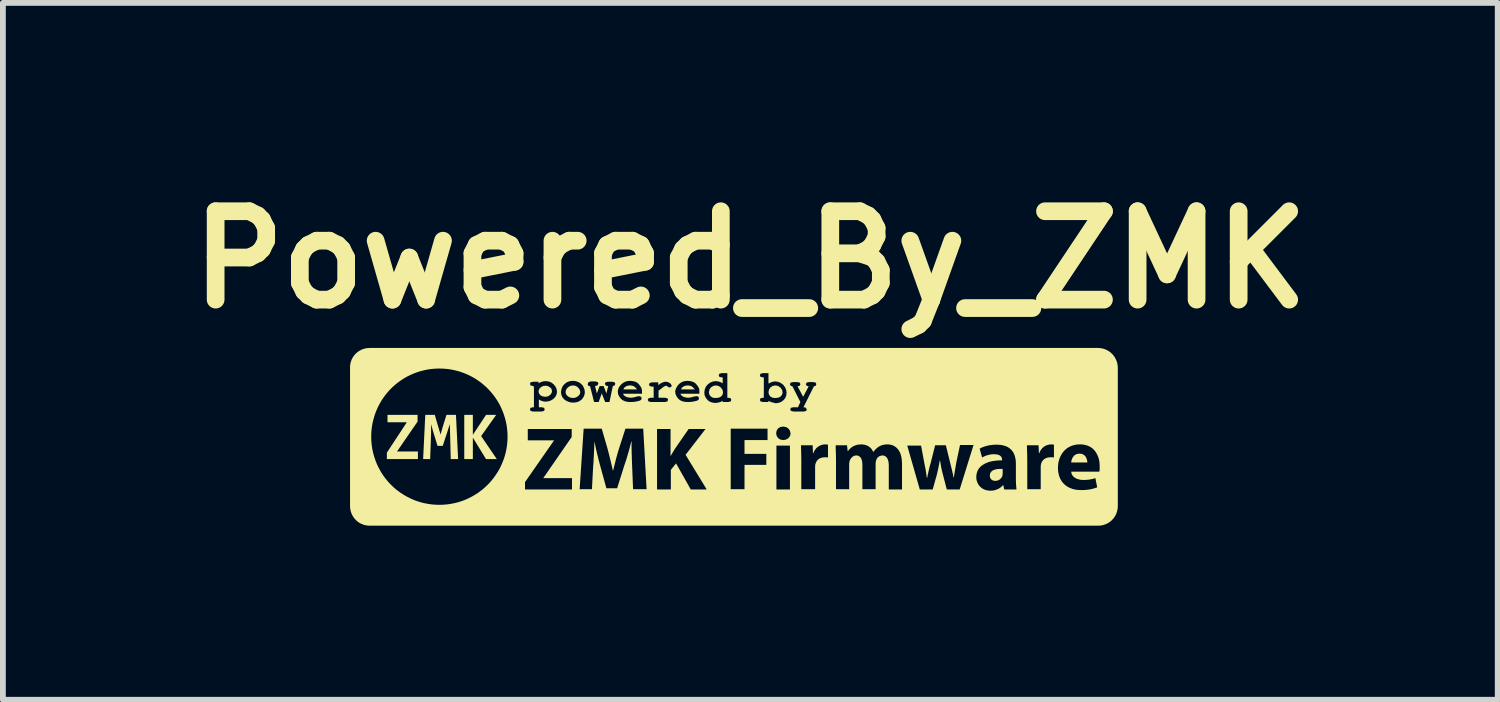
<source format=kicad_pcb>
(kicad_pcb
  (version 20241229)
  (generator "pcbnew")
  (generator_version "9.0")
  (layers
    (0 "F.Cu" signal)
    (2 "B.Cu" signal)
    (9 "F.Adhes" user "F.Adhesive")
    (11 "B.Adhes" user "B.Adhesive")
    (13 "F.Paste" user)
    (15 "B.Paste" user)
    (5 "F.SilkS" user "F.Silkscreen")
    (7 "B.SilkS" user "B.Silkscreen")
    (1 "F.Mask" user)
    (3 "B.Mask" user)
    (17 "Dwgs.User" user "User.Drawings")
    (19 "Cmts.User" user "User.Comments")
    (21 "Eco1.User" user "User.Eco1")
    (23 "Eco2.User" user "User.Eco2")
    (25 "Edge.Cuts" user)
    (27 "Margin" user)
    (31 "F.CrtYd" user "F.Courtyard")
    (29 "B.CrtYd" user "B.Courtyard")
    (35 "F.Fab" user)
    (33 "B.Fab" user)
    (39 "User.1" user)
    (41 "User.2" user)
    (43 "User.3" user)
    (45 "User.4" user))
  (footprint "Powered_By_ZMK"
    (layer "F.Cu")
    (at 9.884 4.474)
    (property "Reference" "Powered_By_ZMK" (at 0 -3.048 0) (layer "F.SilkS") (effects (font (size 1.524 1.524) (thickness 0.305))))
    (attr exclude_from_pos_files exclude_from_bom)
    (fp_poly (pts (xy -2.005 -0.864) (xy -2.037 -0.876) (xy -2.074 -0.88) (xy -2.11 -0.876) (xy -2.143 -0.864) (xy -2.17 -0.844) (xy -2.19 -0.811) (xy -1.952 -0.811) (xy -1.977 -0.84) (xy -2.005 -0.864)) (stroke (width 0) (type solid)) (fill yes) (layer "F.SilkS"))
    (fp_poly (pts (xy -1.01 -0.864) (xy -1.043 -0.876) (xy -1.079 -0.88) (xy -1.115 -0.876) (xy -1.148 -0.864) (xy -1.176 -0.844) (xy -1.195 -0.811) (xy -0.957 -0.811) (xy -0.982 -0.84) (xy -1.01 -0.864)) (stroke (width 0) (type solid)) (fill yes) (layer "F.SilkS"))
    (fp_poly (pts (xy -5.921 -0.245) (xy -6.265 0.279) (xy -6.265 0.39) (xy -5.73 0.39) (xy -5.73 0.258) (xy -6.09 0.258) (xy -5.736 -0.256) (xy -5.736 -0.372) (xy -6.254 -0.372) (xy -6.254 -0.245) (xy -5.921 -0.245)) (stroke (width 0) (type solid)) (fill yes) (layer "F.SilkS"))
    (fp_poly (pts (xy -4.931 0.39) (xy -4.783 0.39) (xy -4.783 0.02) (xy -4.556 0.39) (xy -4.37 0.39) (xy -4.64 -0.007) (xy -4.381 -0.372) (xy -4.556 -0.372) (xy -4.783 -0.028) (xy -4.783 -0.372) (xy -4.931 -0.372) (xy -4.931 0.39)) (stroke (width 0) (type solid)) (fill yes) (layer "F.SilkS"))
    (fp_poly (pts (xy 5.673 0.295) (xy 5.62 0.305) (xy 5.581 0.33) (xy 5.554 0.367) (xy 5.538 0.408) (xy 5.53 0.448) (xy 5.811 0.448) (xy 5.806 0.417) (xy 5.797 0.383) (xy 5.782 0.35) (xy 5.757 0.322) (xy 5.722 0.302) (xy 5.673 0.295)) (stroke (width 0) (type solid)) (fill yes) (layer "F.SilkS"))
    (fp_poly (pts (xy -0.592 -0.88) (xy -0.638 -0.872) (xy -0.677 -0.848) (xy -0.703 -0.812) (xy -0.714 -0.764) (xy -0.706 -0.723) (xy -0.682 -0.69) (xy -0.645 -0.668) (xy -0.592 -0.663) (xy -0.541 -0.67) (xy -0.502 -0.69) (xy -0.478 -0.722) (xy -0.47 -0.758) (xy -0.479 -0.803) (xy -0.507 -0.843) (xy -0.548 -0.871) (xy -0.592 -0.88)) (stroke (width 0) (type solid)) (fill yes) (layer "F.SilkS"))
    (fp_poly (pts (xy 0.434 -0.88) (xy 0.388 -0.872) (xy 0.35 -0.848) (xy 0.323 -0.812) (xy 0.313 -0.764) (xy 0.321 -0.723) (xy 0.344 -0.69) (xy 0.382 -0.668) (xy 0.434 -0.663) (xy 0.487 -0.67) (xy 0.524 -0.69) (xy 0.548 -0.722) (xy 0.556 -0.758) (xy 0.548 -0.803) (xy 0.519 -0.843) (xy 0.479 -0.871) (xy 0.434 -0.88)) (stroke (width 0) (type solid)) (fill yes) (layer "F.SilkS"))
    (fp_poly (pts (xy -3.058 -0.88) (xy -3.107 -0.871) (xy -3.148 -0.843) (xy -3.176 -0.807) (xy -3.185 -0.764) (xy -3.176 -0.727) (xy -3.148 -0.695) (xy -3.107 -0.671) (xy -3.058 -0.663) (xy -3.009 -0.671) (xy -2.968 -0.695) (xy -2.94 -0.727) (xy -2.931 -0.764) (xy -2.938 -0.8) (xy -2.958 -0.832) (xy -2.986 -0.859) (xy -3.019 -0.875) (xy -3.058 -0.88)) (stroke (width 0) (type solid)) (fill yes) (layer "F.SilkS"))
    (fp_poly (pts (xy 4.128 0.676) (xy 4.135 0.714) (xy 4.156 0.743) (xy 4.186 0.76) (xy 4.223 0.766) (xy 4.265 0.759) (xy 4.3 0.741) (xy 4.327 0.714) (xy 4.345 0.681) (xy 4.35 0.639) (xy 4.35 0.559) (xy 4.298 0.559) (xy 4.251 0.563) (xy 4.209 0.573) (xy 4.176 0.588) (xy 4.15 0.61) (xy 4.134 0.639) (xy 4.128 0.676)) (stroke (width 0) (type solid)) (fill yes) (layer "F.SilkS"))
    (fp_poly (pts (xy -3.534 -0.684) (xy -3.488 -0.692) (xy -3.45 -0.716) (xy -3.426 -0.748) (xy -3.418 -0.779) (xy -3.428 -0.822) (xy -3.448 -0.842) (xy -3.471 -0.859) (xy -3.499 -0.871) (xy -3.534 -0.875) (xy -3.57 -0.87) (xy -3.601 -0.855) (xy -3.63 -0.832) (xy -3.646 -0.801) (xy -3.651 -0.774) (xy -3.643 -0.742) (xy -3.619 -0.711) (xy -3.583 -0.692) (xy -3.534 -0.684)) (stroke (width 0) (type solid)) (fill yes) (layer "F.SilkS"))
    (fp_poly (pts (xy -5.439 -0.372) (xy -5.603 -0.372) (xy -5.64 0.39) (xy -5.519 0.39) (xy -5.503 -0.044) (xy -5.503 -0.213) (xy -5.471 -0.097) (xy -5.392 0.162) (xy -5.302 0.162) (xy -5.217 -0.097) (xy -5.18 -0.213) (xy -5.175 -0.044) (xy -5.164 0.39) (xy -5.037 0.39) (xy -5.074 -0.372) (xy -5.238 -0.372) (xy -5.307 -0.15) (xy -5.339 -0.033) (xy -5.376 -0.155) (xy -5.439 -0.372)) (stroke (width 0) (type solid)) (fill yes) (layer "F.SilkS"))
    (fp_poly (pts (xy 5.991 -1.526) (xy 6.007 0.385) (xy 6.016 0.427) (xy 6.021 0.469) (xy 6.022 0.512) (xy 6.022 0.569) (xy 6.017 0.607) (xy 5.53 0.607) (xy 5.54 0.651) (xy 5.564 0.686) (xy 5.598 0.714) (xy 5.641 0.734) (xy 5.69 0.746) (xy 5.742 0.75) (xy 5.799 0.748) (xy 5.851 0.742) (xy 5.901 0.732) (xy 5.948 0.718) (xy 5.98 0.877) (xy 5.94 0.891) (xy 5.897 0.903) (xy 5.852 0.913) (xy 5.806 0.919) (xy 5.757 0.923) (xy 5.705 0.924) (xy 5.652 0.922) (xy 5.603 0.916) (xy 5.557 0.905) (xy 5.514 0.889) (xy 5.475 0.87) (xy 5.44 0.847) (xy 5.409 0.821) (xy 5.381 0.79) (xy 5.358 0.756) (xy 5.338 0.719) (xy 5.323 0.678) (xy 5.312 0.635) (xy 5.305 0.588) (xy 5.303 0.538) (xy 5.305 0.497) (xy 5.234 0.363) (xy 5.206 0.359) (xy 5.17 0.358) (xy 5.123 0.364) (xy 5.083 0.379) (xy 5.05 0.404) (xy 5.026 0.436) (xy 5.012 0.475) (xy 5.007 0.499) (xy 5.006 0.528) (xy 5.006 0.909) (xy 4.774 0.909) (xy 4.774 0.401) (xy 4.773 0.338) (xy 4.772 0.283) (xy 4.77 0.235) (xy 4.769 0.191) (xy 4.768 0.152) (xy 4.969 0.152) (xy 4.975 0.289) (xy 4.98 0.289) (xy 5.003 0.239) (xy 5.034 0.2) (xy 5.069 0.171) (xy 5.108 0.151) (xy 5.148 0.14) (xy 5.186 0.136) (xy 5.234 0.141) (xy 5.234 0.363) (xy 5.305 0.497) (xy 5.31 0.456) (xy 5.319 0.415) (xy 5.332 0.375) (xy 5.349 0.337) (xy 5.369 0.3) (xy 5.394 0.266) (xy 5.423 0.234) (xy 5.456 0.206) (xy 5.493 0.182) (xy 5.534 0.163) (xy 5.579 0.148) (xy 5.629 0.139) (xy 5.684 0.136) (xy 5.737 0.139) (xy 5.786 0.149) (xy 5.829 0.164) (xy 5.868 0.184) (xy 5.902 0.209) (xy 5.931 0.238) (xy 5.956 0.271) (xy 5.977 0.307) (xy 5.994 0.345) (xy 6.007 0.385) (xy 5.991 -1.526) (xy -6.561 -1.526) (xy -2.788 -0.938) (xy -2.746 -0.949) (xy -2.672 -0.949) (xy -2.629 -0.938) (xy -2.619 -0.912) (xy -2.635 -0.88) (xy -2.677 -0.869) (xy -2.645 -0.742) (xy -2.598 -0.869) (xy -2.529 -0.869) (xy -2.481 -0.742) (xy -2.45 -0.869) (xy -2.487 -0.875) (xy -2.508 -0.906) (xy -2.497 -0.933) (xy -2.455 -0.944) (xy -2.381 -0.944) (xy -2.338 -0.933) (xy -2.328 -0.906) (xy -2.338 -0.88) (xy -2.37 -0.869) (xy -2.428 -0.594) (xy -2.502 -0.594) (xy -2.561 -0.742) (xy -2.614 -0.594) (xy -2.693 -0.594) (xy -2.762 -0.864) (xy -2.793 -0.875) (xy -2.804 -0.901) (xy -2.788 -0.938) (xy -6.561 -1.526) (xy -6.608 -1.523) (xy -3.746 -0.869) (xy -3.788 -0.88) (xy -3.799 -0.906) (xy -3.788 -0.933) (xy -3.746 -0.944) (xy -3.651 -0.944) (xy -3.651 -0.917) (xy -3.622 -0.932) (xy -3.592 -0.944) (xy -3.561 -0.951) (xy -3.529 -0.954) (xy -3.478 -0.949) (xy -3.432 -0.931) (xy -3.391 -0.901) (xy -3.36 -0.862) (xy -3.34 -0.82) (xy -3.333 -0.774) (xy -3.337 -0.736) (xy -3.35 -0.702) (xy -3.371 -0.671) (xy -3.402 -0.642) (xy -3.441 -0.619) (xy -3.483 -0.605) (xy -3.529 -0.6) (xy -3.56 -0.603) (xy -3.587 -0.61) (xy -3.616 -0.621) (xy -3.645 -0.637) (xy -3.645 -0.504) (xy -3.598 -0.504) (xy -3.555 -0.494) (xy -3.545 -0.467) (xy -3.555 -0.441) (xy -3.598 -0.43) (xy -3.746 -0.43) (xy -3.788 -0.441) (xy -3.799 -0.467) (xy -3.788 -0.494) (xy -3.746 -0.504) (xy -3.73 -0.504) (xy -3.73 -0.864) (xy -3.746 -0.864) (xy -3.746 -0.869) (xy -6.608 -1.523) (xy -6.652 -1.514) (xy -6.298 -0.706) (xy -6.269 -0.742) (xy -6.239 -0.777) (xy -6.208 -0.811) (xy -6.175 -0.844) (xy -6.141 -0.875) (xy -6.106 -0.905) (xy -6.069 -0.934) (xy -6.032 -0.961) (xy -5.993 -0.987) (xy -5.954 -1.011) (xy -5.913 -1.034) (xy -5.871 -1.055) (xy -5.829 -1.074) (xy -5.785 -1.092) (xy -5.741 -1.108) (xy -5.696 -1.123) (xy -5.65 -1.135) (xy -5.603 -1.146) (xy -5.556 -1.155) (xy -5.508 -1.162) (xy -5.459 -1.167) (xy -5.41 -1.17) (xy -5.36 -1.171) (xy -5.31 -1.17) (xy -5.261 -1.167) (xy -5.212 -1.162) (xy -5.164 -1.155) (xy -5.117 -1.146) (xy -5.07 -1.135) (xy -5.024 -1.123) (xy -4.979 -1.108) (xy -4.934 -1.092) (xy -4.891 -1.074) (xy -4.848 -1.055) (xy -4.807 -1.034) (xy -4.766 -1.011) (xy -4.726 -0.987) (xy -4.688 -0.961) (xy -4.65 -0.934) (xy -4.614 -0.905) (xy -4.579 -0.875) (xy -4.545 -0.844) (xy -4.512 -0.811) (xy -4.481 -0.777) (xy -4.451 -0.742) (xy -4.422 -0.706) (xy -4.395 -0.668) (xy -4.369 -0.63) (xy -4.345 -0.59) (xy -4.322 -0.55) (xy -4.301 -0.508) (xy -4.282 -0.465) (xy -4.264 -0.422) (xy -4.248 -0.377) (xy -4.234 -0.332) (xy -4.221 -0.286) (xy -4.21 -0.24) (xy -4.201 -0.192) (xy -4.194 -0.144) (xy -4.189 -0.095) (xy -4.186 -0.046) (xy -4.185 0.004) (xy -4.186 0.053) (xy -4.189 0.103) (xy -4.194 0.151) (xy -4.201 0.2) (xy -4.21 0.247) (xy -4.221 0.294) (xy -4.234 0.34) (xy -4.248 0.385) (xy -4.265 0.429) (xy -4.283 0.473) (xy -4.302 0.515) (xy -4.323 0.557) (xy -4.346 0.598) (xy -4.371 0.637) (xy -4.397 0.676) (xy -4.424 0.713) (xy -4.453 0.75) (xy -4.483 0.785) (xy -4.514 0.819) (xy -4.547 0.851) (xy -4.581 0.883) (xy -4.616 0.913) (xy -4.653 0.941) (xy -4.69 0.969) (xy -4.729 0.994) (xy -4.768 1.018) (xy -4.809 1.041) (xy -4.851 1.062) (xy -4.893 1.082) (xy -4.937 1.1) (xy -4.981 1.116) (xy -5.026 1.13) (xy -5.072 1.143) (xy -5.118 1.153) (xy -5.165 1.162) (xy -5.213 1.169) (xy -5.262 1.174) (xy -5.31 1.177) (xy -5.36 1.178) (xy -5.41 1.177) (xy -5.459 1.174) (xy -5.508 1.169) (xy -5.556 1.162) (xy -5.603 1.153) (xy -5.65 1.143) (xy -5.696 1.13) (xy -5.741 1.116) (xy -5.785 1.1) (xy -5.829 1.082) (xy -5.871 1.062) (xy -5.913 1.041) (xy -5.954 1.018) (xy -5.993 0.994) (xy -6.032 0.969) (xy -6.069 0.941) (xy -6.106 0.913) (xy -6.141 0.883) (xy -6.175 0.851) (xy -6.208 0.819) (xy -6.239 0.785) (xy -6.269 0.75) (xy -6.298 0.713) (xy -6.325 0.676) (xy -6.351 0.637) (xy -6.375 0.598) (xy -6.397 0.557) (xy -6.419 0.515) (xy -6.438 0.473) (xy -6.456 0.429) (xy -6.472 0.385) (xy -6.486 0.34) (xy -6.499 0.294) (xy -6.51 0.247) (xy -6.519 0.2) (xy -6.526 0.151) (xy -6.531 0.103) (xy -6.534 0.053) (xy -6.535 0.004) (xy -6.534 -0.046) (xy -6.531 -0.095) (xy -6.526 -0.144) (xy -6.519 -0.192) (xy -6.51 -0.24) (xy -6.499 -0.286) (xy -6.486 -0.332) (xy -6.472 -0.377) (xy -6.456 -0.422) (xy -6.438 -0.465) (xy -6.419 -0.508) (xy -6.397 -0.55) (xy -6.375 -0.59) (xy -6.351 -0.63) (xy -6.325 -0.668) (xy -6.298 -0.706) (xy -6.652 -1.514) (xy -6.694 -1.5) (xy -6.734 -1.48) (xy -6.77 -1.456) (xy -6.802 -1.428) (xy -6.83 -1.396) (xy -6.854 -1.361) (xy -6.874 -1.322) (xy -6.888 -1.281) (xy -6.897 -1.238) (xy -6.9 -1.192) (xy -6.9 1.2) (xy -6.897 1.245) (xy 4.036 0.916) (xy 3.994 0.893) (xy 3.959 0.864) (xy 3.932 0.829) (xy 3.912 0.79) (xy 3.609 0.914) (xy 3.387 0.914) (xy 3.318 0.649) (xy 3.307 0.605) (xy 3.297 0.561) (xy 3.288 0.516) (xy 3.28 0.468) (xy 3.271 0.416) (xy 3.265 0.416) (xy 3.256 0.471) (xy 3.246 0.52) (xy 3.237 0.565) (xy 3.227 0.608) (xy 3.218 0.649) (xy 3.144 0.914) (xy 2.922 0.914) (xy 2.615 0.914) (xy 2.387 0.914) (xy 2.387 0.501) (xy 2.383 0.44) (xy 2.369 0.392) (xy 2.347 0.356) (xy 2.316 0.334) (xy 2.276 0.326) (xy 2.227 0.338) (xy 2.191 0.366) (xy 2.17 0.406) (xy 2.163 0.435) (xy 2.16 0.464) (xy 2.16 0.909) (xy 1.932 0.909) (xy 1.932 0.485) (xy 1.928 0.432) (xy 1.916 0.388) (xy 1.895 0.355) (xy 1.866 0.334) (xy 1.826 0.326) (xy 1.786 0.334) (xy 1.755 0.355) (xy 1.731 0.382) (xy 1.715 0.411) (xy 1.708 0.442) (xy 1.704 0.469) (xy 1.704 0.909) (xy 1.477 0.909) (xy 0.683 0.914) (xy 0.45 0.914) (xy 0.45 0.157) (xy 0.683 0.157) (xy 0.683 0.914) (xy 1.477 0.909) (xy 1.477 0.395) (xy 1.345 0.363) (xy 1.317 0.359) (xy 1.281 0.358) (xy 1.234 0.364) (xy 1.193 0.379) (xy 1.161 0.404) (xy 1.137 0.436) (xy 1.122 0.475) (xy 1.118 0.499) (xy 1.117 0.528) (xy 1.117 0.909) (xy 0.879 0.909) (xy 0.879 0.401) (xy 0.878 0.338) (xy 0.877 0.283) (xy 0.876 0.235) (xy 0.874 0.191) (xy 0.874 0.152) (xy 1.075 0.152) (xy 1.08 0.289) (xy 1.085 0.289) (xy 1.108 0.239) (xy 1.139 0.2) (xy 1.175 0.171) (xy 1.214 0.151) (xy 1.253 0.14) (xy 1.292 0.136) (xy 1.339 0.141) (xy 1.339 0.363) (xy 1.345 0.363) (xy 1.477 0.395) (xy 1.476 0.34) (xy 1.475 0.288) (xy 1.473 0.24) (xy 1.472 0.194) (xy 1.472 0.152) (xy 1.667 0.152) (xy 1.678 0.252) (xy 1.683 0.252) (xy 1.702 0.227) (xy 1.728 0.201) (xy 1.761 0.176) (xy 1.802 0.156) (xy 1.852 0.141) (xy 1.911 0.136) (xy 1.957 0.14) (xy 2 0.151) (xy 2.038 0.17) (xy 2.071 0.195) (xy 2.098 0.226) (xy 2.117 0.263) (xy 2.123 0.263) (xy 2.152 0.228) (xy 2.185 0.197) (xy 2.218 0.173) (xy 2.262 0.152) (xy 0.302 0.062) (xy -0.1 0.062) (xy -0.1 0.3) (xy 0.276 0.3) (xy 0.276 0.49) (xy -0.1 0.49) (xy -0.1 0.909) (xy -0.338 0.909) (xy -1.116 0.316) (xy -0.751 0.914) (xy -1.026 0.914) (xy -1.28 0.464) (xy -1.37 0.575) (xy -1.37 0.914) (xy -1.608 0.914) (xy -2.021 0.914) (xy -2.037 0.517) (xy -2.039 0.474) (xy -2.04 0.429) (xy -2.042 0.383) (xy -2.043 0.336) (xy -2.045 0.288) (xy -2.046 0.239) (xy -2.047 0.19) (xy -2.047 0.139) (xy -2.047 0.088) (xy -2.053 0.088) (xy -2.065 0.139) (xy -2.078 0.19) (xy -2.092 0.242) (xy -2.107 0.293) (xy -2.122 0.345) (xy -2.137 0.395) (xy -2.153 0.444) (xy -2.169 0.49) (xy -2.296 0.893) (xy -2.481 0.893) (xy -2.592 0.49) (xy -2.604 0.444) (xy -2.617 0.395) (xy -2.629 0.344) (xy -2.642 0.293) (xy -2.654 0.24) (xy -2.666 0.188) (xy -2.677 0.135) (xy -2.688 0.083) (xy -2.689 0.131) (xy -2.691 0.18) (xy -2.693 0.229) (xy -2.695 0.279) (xy -2.697 0.328) (xy -2.7 0.376) (xy -2.702 0.423) (xy -2.705 0.468) (xy -2.709 0.512) (xy -2.73 0.909) (xy -2.942 0.909) (xy -3.074 0.914) (xy -3.884 0.914) (xy -3.884 0.787) (xy -3.386 0.072) (xy -3.386 0.067) (xy -3.836 0.067) (xy -3.836 -0.129) (xy -3.079 -0.129) (xy -3.079 0.009) (xy -3.566 0.713) (xy -3.566 0.718) (xy -3.074 0.718) (xy -3.074 0.914) (xy -2.942 0.909) (xy -2.873 -0.134) (xy -2.561 -0.134) (xy -2.46 0.215) (xy -2.448 0.261) (xy -2.436 0.307) (xy -2.425 0.354) (xy -2.413 0.401) (xy -2.402 0.447) (xy -2.391 0.494) (xy -2.38 0.54) (xy -2.37 0.586) (xy -2.365 0.586) (xy -2.353 0.539) (xy -2.341 0.492) (xy -2.329 0.444) (xy -2.317 0.396) (xy -2.304 0.348) (xy -2.291 0.301) (xy -2.278 0.255) (xy -2.264 0.21) (xy -2.153 -0.134) (xy -1.846 -0.134) (xy -1.788 0.909) (xy -2.021 0.909) (xy -2.021 0.914) (xy -1.608 0.914) (xy -1.608 -0.129) (xy -1.375 -0.129) (xy -1.375 0.332) (xy -1.37 0.332) (xy -1.347 0.291) (xy -1.324 0.253) (xy -1.301 0.215) (xy -1.063 -0.129) (xy -0.772 -0.129) (xy -1.116 0.316) (xy -0.338 0.909) (xy -0.338 -0.134) (xy -3.058 -0.584) (xy -3.094 -0.587) (xy -3.128 -0.596) (xy -3.164 -0.61) (xy -3.207 -0.638) (xy -3.238 -0.674) (xy -3.257 -0.717) (xy -3.264 -0.764) (xy -3.257 -0.811) (xy -3.238 -0.859) (xy -3.219 -0.887) (xy -3.194 -0.911) (xy -3.164 -0.933) (xy -3.131 -0.947) (xy -3.095 -0.956) (xy -3.058 -0.959) (xy -3.022 -0.956) (xy -2.988 -0.947) (xy -2.952 -0.933) (xy -2.922 -0.911) (xy -2.897 -0.887) (xy -2.878 -0.859) (xy -2.859 -0.811) (xy -2.852 -0.764) (xy -2.859 -0.719) (xy -2.878 -0.674) (xy -2.909 -0.635) (xy -2.952 -0.605) (xy -2.988 -0.592) (xy -3.022 -0.586) (xy -3.058 -0.584) (xy -0.338 -0.134) (xy 0.297 -0.134) (xy 0.297 0.062) (xy 0.302 0.062) (xy 2.262 0.152) (xy 2.309 0.14) (xy 0.567 0.062) (xy 0.516 0.053) (xy 0.478 0.027) (xy 0.454 -0.01) (xy 0.445 -0.055) (xy 0.454 -0.102) (xy 0.478 -0.139) (xy 0.516 -0.162) (xy 0.567 -0.171) (xy 0.617 -0.162) (xy 0.656 -0.137) (xy 0.682 -0.1) (xy 0.694 -0.055) (xy 0.688 -0.018) (xy 0.67 0.014) (xy 0.643 0.039) (xy 0.608 0.056) (xy 0.567 0.062) (xy 2.309 0.14) (xy 2.361 0.136) (xy 2.402 0.139) (xy 2.442 0.148) (xy 2.478 0.164) (xy 2.512 0.186) (xy 2.541 0.215) (xy 2.566 0.25) (xy 2.587 0.293) (xy 2.602 0.343) (xy 2.611 0.4) (xy 2.615 0.464) (xy 2.615 0.914) (xy 2.922 0.914) (xy 2.705 0.157) (xy -1.471 -0.594) (xy -1.714 -0.594) (xy -1.756 -0.605) (xy -1.767 -0.631) (xy -1.756 -0.658) (xy -1.714 -0.668) (xy -1.666 -0.668) (xy -1.867 -0.769) (xy -1.867 -0.737) (xy -2.196 -0.737) (xy -2.178 -0.709) (xy -2.153 -0.69) (xy -2.117 -0.675) (xy -2.068 -0.668) (xy -2.035 -0.67) (xy -1.996 -0.677) (xy -1.952 -0.69) (xy -1.91 -0.695) (xy -1.883 -0.684) (xy -1.873 -0.658) (xy -1.883 -0.631) (xy -1.91 -0.616) (xy -1.957 -0.605) (xy -1.998 -0.597) (xy -2.037 -0.595) (xy -2.074 -0.594) (xy -2.119 -0.597) (xy -2.16 -0.607) (xy -2.197 -0.623) (xy -2.227 -0.647) (xy -2.259 -0.686) (xy -2.279 -0.73) (xy -2.285 -0.779) (xy -2.275 -0.825) (xy -2.252 -0.868) (xy -2.217 -0.906) (xy -2.184 -0.93) (xy -2.149 -0.947) (xy -2.112 -0.956) (xy -2.074 -0.959) (xy -2.027 -0.955) (xy -1.984 -0.944) (xy -1.949 -0.927) (xy -1.926 -0.906) (xy -1.9 -0.874) (xy -1.878 -0.838) (xy -1.869 -0.805) (xy -1.867 -0.769) (xy -1.666 -0.668) (xy -1.666 -0.859) (xy -1.693 -0.859) (xy -1.735 -0.869) (xy -1.746 -0.896) (xy -1.735 -0.922) (xy -1.693 -0.933) (xy -1.587 -0.933) (xy -1.587 -0.885) (xy -1.543 -0.917) (xy -1.508 -0.933) (xy -1.479 -0.942) (xy -1.455 -0.944) (xy -1.416 -0.936) (xy -1.381 -0.917) (xy -1.354 -0.88) (xy -1.365 -0.854) (xy -1.391 -0.843) (xy -1.423 -0.859) (xy -1.449 -0.875) (xy -1.469 -0.87) (xy -1.497 -0.854) (xy -1.52 -0.836) (xy -1.548 -0.815) (xy -1.582 -0.79) (xy -1.582 -0.668) (xy -1.471 -0.668) (xy -1.428 -0.658) (xy -1.418 -0.631) (xy -1.428 -0.605) (xy -1.471 -0.594) (xy 2.705 0.157) (xy 2.943 0.157) (xy 3.001 0.464) (xy 3.01 0.512) (xy 3.02 0.561) (xy 3.028 0.611) (xy 3.036 0.662) (xy 3.043 0.713) (xy 3.049 0.713) (xy 3.059 0.661) (xy 3.07 0.61) (xy 3.082 0.559) (xy 3.094 0.51) (xy 3.107 0.464) (xy 3.186 0.152) (xy 3.371 0.152) (xy 3.445 0.453) (xy 3.458 0.504) (xy 3.47 0.555) (xy 3.482 0.606) (xy 3.494 0.657) (xy 3.504 0.707) (xy 3.509 0.707) (xy 3.516 0.657) (xy 3.524 0.606) (xy 3.533 0.554) (xy 3.542 0.502) (xy 3.551 0.448) (xy 3.615 0.147) (xy 3.848 0.147) (xy 3.609 0.914) (xy 3.912 0.79) (xy 3.899 0.747) (xy 3.895 0.702) (xy 3.898 0.659) (xy 3.907 0.619) (xy 3.922 0.583) (xy 3.942 0.55) (xy 3.968 0.521) (xy 3.999 0.495) (xy 4.035 0.473) (xy 4.075 0.454) (xy 4.12 0.438) (xy 4.169 0.426) (xy 4.222 0.418) (xy 4.279 0.413) (xy 4.34 0.411) (xy 4.34 0.401) (xy 4.337 0.374) (xy 4.325 0.349) (xy 4.301 0.327) (xy 4.261 0.311) (xy 4.202 0.305) (xy 4.155 0.308) (xy 4.109 0.317) (xy 4.066 0.329) (xy 4.028 0.345) (xy 3.996 0.363) (xy 3.953 0.21) (xy 3.984 0.194) (xy 4.022 0.178) (xy 4.067 0.164) (xy 0.921 -0.43) (xy 0.747 -0.43) (xy 0.699 -0.441) (xy -0.38 -0.594) (xy -0.476 -0.594) (xy -0.476 -0.615) (xy -0.503 -0.6) (xy -0.534 -0.589) (xy -0.566 -0.582) (xy -0.597 -0.578) (xy -0.639 -0.581) (xy -0.677 -0.591) (xy -0.711 -0.607) (xy -0.74 -0.631) (xy -0.77 -0.67) (xy -0.788 -0.712) (xy -0.793 -0.758) (xy -0.879 -0.805) (xy -0.878 -0.769) (xy -0.878 -0.737) (xy -1.206 -0.737) (xy -1.189 -0.709) (xy -1.164 -0.69) (xy -1.127 -0.675) (xy -1.079 -0.668) (xy -1.045 -0.67) (xy -1.007 -0.677) (xy -0.963 -0.69) (xy -0.92 -0.695) (xy -0.894 -0.684) (xy -0.883 -0.658) (xy -0.894 -0.631) (xy -0.921 -0.616) (xy -0.968 -0.605) (xy -1.009 -0.597) (xy -1.047 -0.595) (xy -1.084 -0.594) (xy -1.13 -0.597) (xy -1.171 -0.607) (xy -1.207 -0.623) (xy -1.238 -0.647) (xy -1.269 -0.686) (xy -1.289 -0.73) (xy -1.296 -0.779) (xy -1.282 -0.825) (xy -1.259 -0.868) (xy -1.227 -0.906) (xy -1.194 -0.93) (xy -1.16 -0.947) (xy -1.123 -0.956) (xy -1.084 -0.959) (xy -1.037 -0.955) (xy -0.994 -0.944) (xy -0.959 -0.927) (xy -0.936 -0.906) (xy -0.91 -0.874) (xy -0.888 -0.838) (xy -0.879 -0.805) (xy -0.793 -0.758) (xy -0.786 -0.809) (xy -0.767 -0.856) (xy -0.735 -0.896) (xy -0.695 -0.927) (xy -0.648 -0.947) (xy -0.597 -0.954) (xy -0.566 -0.951) (xy -0.534 -0.944) (xy -0.505 -0.932) (xy -0.476 -0.917) (xy -0.476 -1.018) (xy -0.492 -1.018) (xy -0.534 -1.028) (xy -0.544 -1.055) (xy -0.534 -1.081) (xy -0.492 -1.092) (xy -0.396 -1.092) (xy -0.396 -0.668) (xy -0.38 -0.668) (xy -0.338 -0.658) (xy -0.328 -0.631) (xy -0.338 -0.605) (xy -0.38 -0.594) (xy 0.699 -0.441) (xy 0.688 -0.467) (xy 0.699 -0.494) (xy 0.741 -0.504) (xy 0.471 -0.576) (xy 0.429 -0.573) (xy 0.402 -0.583) (xy 0.371 -0.589) (xy 0.342 -0.6) (xy 0.313 -0.615) (xy 0.313 -0.594) (xy 0.217 -0.594) (xy 0.175 -0.605) (xy 0.165 -0.631) (xy 0.175 -0.658) (xy 0.217 -0.668) (xy 0.233 -0.668) (xy 0.233 -1.018) (xy 0.217 -1.018) (xy 0.175 -1.028) (xy 0.165 -1.055) (xy 0.175 -1.081) (xy 0.217 -1.092) (xy 0.313 -1.092) (xy 0.313 -0.912) (xy 0.342 -0.927) (xy 0.371 -0.938) (xy 0.402 -0.946) (xy 0.429 -0.949) (xy 0.48 -0.942) (xy 0.526 -0.922) (xy 0.567 -0.891) (xy 0.598 -0.85) (xy 0.618 -0.804) (xy 0.625 -0.753) (xy 0.619 -0.704) (xy 0.602 -0.661) (xy 0.572 -0.626) (xy 0.542 -0.602) (xy 0.509 -0.586) (xy 0.471 -0.576) (xy 0.741 -0.504) (xy 0.821 -0.504) (xy 0.863 -0.594) (xy 0.726 -0.864) (xy 0.694 -0.875) (xy 0.683 -0.901) (xy 0.694 -0.928) (xy 0.736 -0.938) (xy 0.81 -0.938) (xy 0.853 -0.928) (xy 0.863 -0.901) (xy 0.853 -0.875) (xy 0.815 -0.864) (xy 0.911 -0.684) (xy 1.006 -0.864) (xy 0.969 -0.875) (xy 0.958 -0.901) (xy 0.969 -0.928) (xy 1.011 -0.938) (xy 1.085 -0.938) (xy 1.128 -0.928) (xy 1.138 -0.901) (xy 1.128 -0.875) (xy 1.096 -0.864) (xy 0.916 -0.504) (xy 0.953 -0.499) (xy 0.974 -0.467) (xy 0.964 -0.441) (xy 0.921 -0.43) (xy 4.067 0.164) (xy 4.12 0.152) (xy 4.179 0.144) (xy 4.244 0.141) (xy 4.304 0.144) (xy 4.357 0.153) (xy 4.404 0.167) (xy 4.444 0.186) (xy 4.478 0.21) (xy 4.506 0.238) (xy 4.53 0.269) (xy 4.548 0.304) (xy 4.561 0.342) (xy 4.571 0.383) (xy 4.576 0.425) (xy 4.578 0.469) (xy 4.578 0.729) (xy 4.579 0.783) (xy 4.581 0.833) (xy 4.585 0.877) (xy 4.588 0.914) (xy 4.377 0.914) (xy 4.361 0.84) (xy 4.356 0.84) (xy 4.323 0.872) (xy 4.285 0.898) (xy 4.24 0.918) (xy 4.191 0.931) (xy 4.139 0.935) (xy 4.084 0.93) (xy 4.036 0.916) (xy -6.897 1.245) (xy -6.888 1.289) (xy -6.874 1.331) (xy -6.854 1.37) (xy -6.83 1.406) (xy -6.802 1.438) (xy -6.77 1.467) (xy -6.734 1.492) (xy -6.694 1.511) (xy -6.652 1.526) (xy -6.608 1.535) (xy -6.561 1.538) (xy 5.996 1.538) (xy 6.042 1.535) (xy 6.085 1.526) (xy 6.127 1.512) (xy 6.166 1.493) (xy 6.202 1.469) (xy 6.235 1.44) (xy 6.264 1.408) (xy 6.288 1.372) (xy 6.308 1.333) (xy 6.322 1.291) (xy 6.332 1.246) (xy 6.335 1.2) (xy 6.335 -1.192) (xy 6.33 -1.238) (xy 6.321 -1.281) (xy 6.305 -1.322) (xy 6.285 -1.361) (xy 6.261 -1.396) (xy 6.232 -1.428) (xy 6.2 -1.456) (xy 6.163 -1.48) (xy 6.124 -1.5) (xy 6.082 -1.514) (xy 6.037 -1.523) (xy 5.991 -1.526)) (stroke (width 0) (type solid)) (fill yes) (layer "F.SilkS")))
  (gr_rect
    (start -3 -3)
    (end 22.768 9.013)
    (stroke (width 0.1) (type default))
    (fill no)
    (layer "Edge.Cuts")))
</source>
